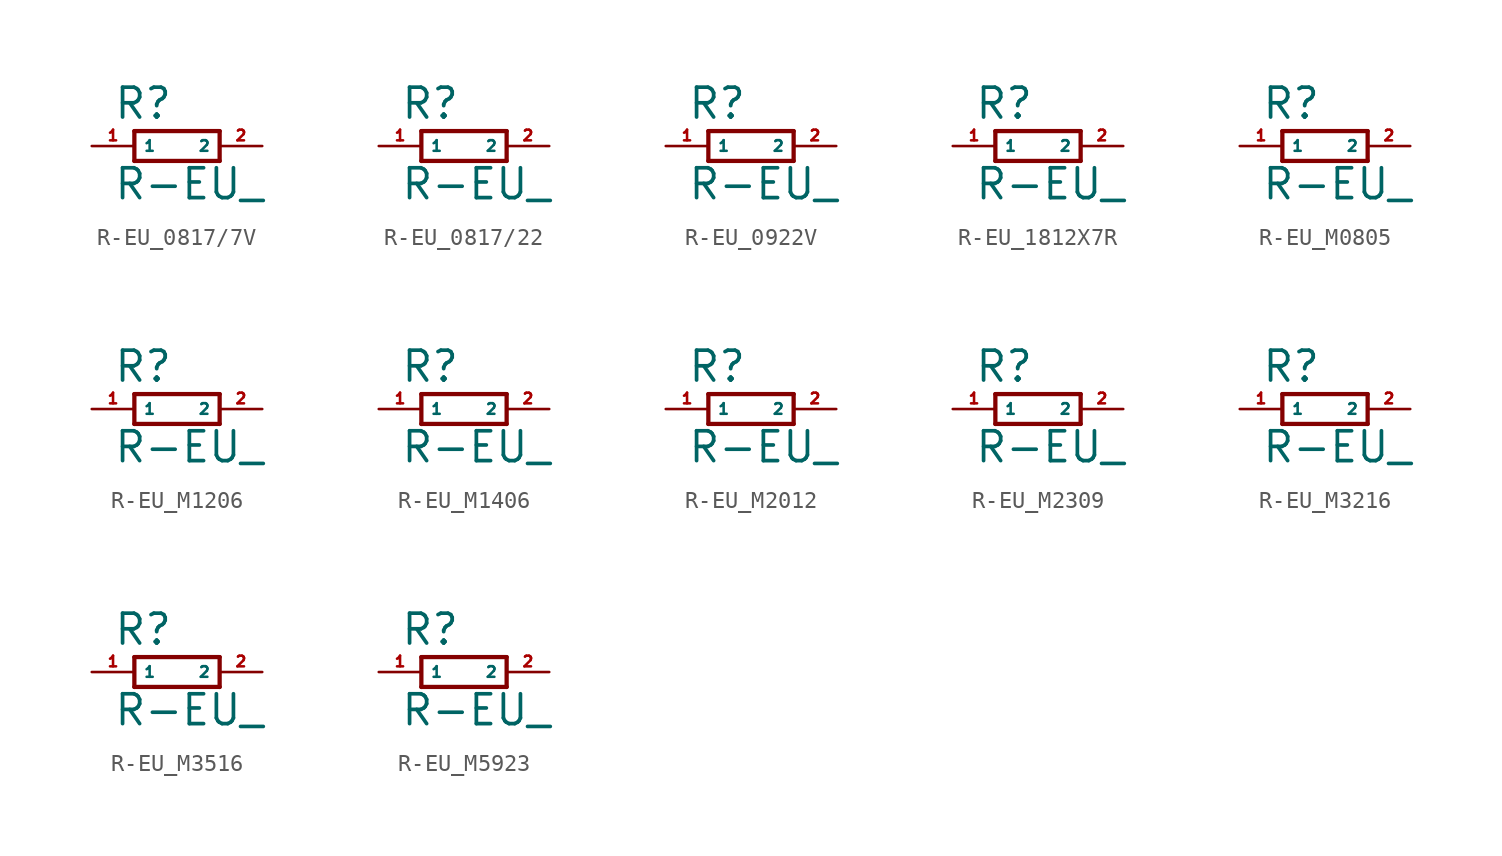
<source format=kicad_sym>
(kicad_symbol_lib
  (version 20220914)
  (generator Eagle2Kicad)
  (symbol "R-EU_0817/7V"
    (property "Reference" "R"
      (at -3.81 1.499 0)
      (effects (font (size 1.778 1.778) (thickness 0.22)) (justify left bottom)))
    (property "Value" "R-EU_"
      (at -3.81 -3.302 0)
      (effects (font (size 1.778 1.778) (thickness 0.22)) (justify left bottom)))
    (polyline
      (pts (xy -2.54 -0.889) (xy 2.54 -0.889))
      (stroke (width 0.254) (type default))
      (fill (type none)))
    (polyline
      (pts (xy 2.54 0.889) (xy -2.54 0.889))
      (stroke (width 0.254) (type default))
      (fill (type none)))
    (polyline
      (pts (xy 2.54 -0.889) (xy 2.54 0.889))
      (stroke (width 0.254) (type default))
      (fill (type none)))
    (polyline
      (pts (xy -2.54 -0.889) (xy -2.54 0.889))
      (stroke (width 0.254) (type default))
      (fill (type none)))
    (pin passive line
      (at 5.08 0 180)
      (length 2.54)
      (name "2" (effects (font (size 0.635 0.635) (thickness 0.08)) (justify left bottom)))
      (number "2" (effects (font (size 0.635 0.635) (thickness 0.08)) (justify left bottom))))
    (pin passive line
      (at -5.08 0 0)
      (length 2.54)
      (name "1" (effects (font (size 0.635 0.635) (thickness 0.08)) (justify left bottom)))
      (number "1" (effects (font (size 0.635 0.635) (thickness 0.08)) (justify left bottom)))))
  (symbol "R-EU_0817/22"
    (property "Reference" "R"
      (at -3.81 1.499 0)
      (effects (font (size 1.778 1.778) (thickness 0.22)) (justify left bottom)))
    (property "Value" "R-EU_"
      (at -3.81 -3.302 0)
      (effects (font (size 1.778 1.778) (thickness 0.22)) (justify left bottom)))
    (polyline
      (pts (xy -2.54 -0.889) (xy 2.54 -0.889))
      (stroke (width 0.254) (type default))
      (fill (type none)))
    (polyline
      (pts (xy 2.54 0.889) (xy -2.54 0.889))
      (stroke (width 0.254) (type default))
      (fill (type none)))
    (polyline
      (pts (xy 2.54 -0.889) (xy 2.54 0.889))
      (stroke (width 0.254) (type default))
      (fill (type none)))
    (polyline
      (pts (xy -2.54 -0.889) (xy -2.54 0.889))
      (stroke (width 0.254) (type default))
      (fill (type none)))
    (pin passive line
      (at 5.08 0 180)
      (length 2.54)
      (name "2" (effects (font (size 0.635 0.635) (thickness 0.08)) (justify left bottom)))
      (number "2" (effects (font (size 0.635 0.635) (thickness 0.08)) (justify left bottom))))
    (pin passive line
      (at -5.08 0 0)
      (length 2.54)
      (name "1" (effects (font (size 0.635 0.635) (thickness 0.08)) (justify left bottom)))
      (number "1" (effects (font (size 0.635 0.635) (thickness 0.08)) (justify left bottom)))))
  (symbol "R-EU_0922V"
    (property "Reference" "R"
      (at -3.81 1.499 0)
      (effects (font (size 1.778 1.778) (thickness 0.22)) (justify left bottom)))
    (property "Value" "R-EU_"
      (at -3.81 -3.302 0)
      (effects (font (size 1.778 1.778) (thickness 0.22)) (justify left bottom)))
    (polyline
      (pts (xy -2.54 -0.889) (xy 2.54 -0.889))
      (stroke (width 0.254) (type default))
      (fill (type none)))
    (polyline
      (pts (xy 2.54 0.889) (xy -2.54 0.889))
      (stroke (width 0.254) (type default))
      (fill (type none)))
    (polyline
      (pts (xy 2.54 -0.889) (xy 2.54 0.889))
      (stroke (width 0.254) (type default))
      (fill (type none)))
    (polyline
      (pts (xy -2.54 -0.889) (xy -2.54 0.889))
      (stroke (width 0.254) (type default))
      (fill (type none)))
    (pin passive line
      (at 5.08 0 180)
      (length 2.54)
      (name "2" (effects (font (size 0.635 0.635) (thickness 0.08)) (justify left bottom)))
      (number "2" (effects (font (size 0.635 0.635) (thickness 0.08)) (justify left bottom))))
    (pin passive line
      (at -5.08 0 0)
      (length 2.54)
      (name "1" (effects (font (size 0.635 0.635) (thickness 0.08)) (justify left bottom)))
      (number "1" (effects (font (size 0.635 0.635) (thickness 0.08)) (justify left bottom)))))
  (symbol "R-EU_1812X7R"
    (property "Reference" "R"
      (at -3.81 1.499 0)
      (effects (font (size 1.778 1.778) (thickness 0.22)) (justify left bottom)))
    (property "Value" "R-EU_"
      (at -3.81 -3.302 0)
      (effects (font (size 1.778 1.778) (thickness 0.22)) (justify left bottom)))
    (polyline
      (pts (xy -2.54 -0.889) (xy 2.54 -0.889))
      (stroke (width 0.254) (type default))
      (fill (type none)))
    (polyline
      (pts (xy 2.54 0.889) (xy -2.54 0.889))
      (stroke (width 0.254) (type default))
      (fill (type none)))
    (polyline
      (pts (xy 2.54 -0.889) (xy 2.54 0.889))
      (stroke (width 0.254) (type default))
      (fill (type none)))
    (polyline
      (pts (xy -2.54 -0.889) (xy -2.54 0.889))
      (stroke (width 0.254) (type default))
      (fill (type none)))
    (pin passive line
      (at 5.08 0 180)
      (length 2.54)
      (name "2" (effects (font (size 0.635 0.635) (thickness 0.08)) (justify left bottom)))
      (number "2" (effects (font (size 0.635 0.635) (thickness 0.08)) (justify left bottom))))
    (pin passive line
      (at -5.08 0 0)
      (length 2.54)
      (name "1" (effects (font (size 0.635 0.635) (thickness 0.08)) (justify left bottom)))
      (number "1" (effects (font (size 0.635 0.635) (thickness 0.08)) (justify left bottom)))))
  (symbol "R-EU_M0805"
    (property "Reference" "R"
      (at -3.81 1.499 0)
      (effects (font (size 1.778 1.778) (thickness 0.22)) (justify left bottom)))
    (property "Value" "R-EU_"
      (at -3.81 -3.302 0)
      (effects (font (size 1.778 1.778) (thickness 0.22)) (justify left bottom)))
    (polyline
      (pts (xy -2.54 -0.889) (xy 2.54 -0.889))
      (stroke (width 0.254) (type default))
      (fill (type none)))
    (polyline
      (pts (xy 2.54 0.889) (xy -2.54 0.889))
      (stroke (width 0.254) (type default))
      (fill (type none)))
    (polyline
      (pts (xy 2.54 -0.889) (xy 2.54 0.889))
      (stroke (width 0.254) (type default))
      (fill (type none)))
    (polyline
      (pts (xy -2.54 -0.889) (xy -2.54 0.889))
      (stroke (width 0.254) (type default))
      (fill (type none)))
    (pin passive line
      (at 5.08 0 180)
      (length 2.54)
      (name "2" (effects (font (size 0.635 0.635) (thickness 0.08)) (justify left bottom)))
      (number "2" (effects (font (size 0.635 0.635) (thickness 0.08)) (justify left bottom))))
    (pin passive line
      (at -5.08 0 0)
      (length 2.54)
      (name "1" (effects (font (size 0.635 0.635) (thickness 0.08)) (justify left bottom)))
      (number "1" (effects (font (size 0.635 0.635) (thickness 0.08)) (justify left bottom)))))
  (symbol "R-EU_M1206"
    (property "Reference" "R"
      (at -3.81 1.499 0)
      (effects (font (size 1.778 1.778) (thickness 0.22)) (justify left bottom)))
    (property "Value" "R-EU_"
      (at -3.81 -3.302 0)
      (effects (font (size 1.778 1.778) (thickness 0.22)) (justify left bottom)))
    (polyline
      (pts (xy -2.54 -0.889) (xy 2.54 -0.889))
      (stroke (width 0.254) (type default))
      (fill (type none)))
    (polyline
      (pts (xy 2.54 0.889) (xy -2.54 0.889))
      (stroke (width 0.254) (type default))
      (fill (type none)))
    (polyline
      (pts (xy 2.54 -0.889) (xy 2.54 0.889))
      (stroke (width 0.254) (type default))
      (fill (type none)))
    (polyline
      (pts (xy -2.54 -0.889) (xy -2.54 0.889))
      (stroke (width 0.254) (type default))
      (fill (type none)))
    (pin passive line
      (at 5.08 0 180)
      (length 2.54)
      (name "2" (effects (font (size 0.635 0.635) (thickness 0.08)) (justify left bottom)))
      (number "2" (effects (font (size 0.635 0.635) (thickness 0.08)) (justify left bottom))))
    (pin passive line
      (at -5.08 0 0)
      (length 2.54)
      (name "1" (effects (font (size 0.635 0.635) (thickness 0.08)) (justify left bottom)))
      (number "1" (effects (font (size 0.635 0.635) (thickness 0.08)) (justify left bottom)))))
  (symbol "R-EU_M1406"
    (property "Reference" "R"
      (at -3.81 1.499 0)
      (effects (font (size 1.778 1.778) (thickness 0.22)) (justify left bottom)))
    (property "Value" "R-EU_"
      (at -3.81 -3.302 0)
      (effects (font (size 1.778 1.778) (thickness 0.22)) (justify left bottom)))
    (polyline
      (pts (xy -2.54 -0.889) (xy 2.54 -0.889))
      (stroke (width 0.254) (type default))
      (fill (type none)))
    (polyline
      (pts (xy 2.54 0.889) (xy -2.54 0.889))
      (stroke (width 0.254) (type default))
      (fill (type none)))
    (polyline
      (pts (xy 2.54 -0.889) (xy 2.54 0.889))
      (stroke (width 0.254) (type default))
      (fill (type none)))
    (polyline
      (pts (xy -2.54 -0.889) (xy -2.54 0.889))
      (stroke (width 0.254) (type default))
      (fill (type none)))
    (pin passive line
      (at 5.08 0 180)
      (length 2.54)
      (name "2" (effects (font (size 0.635 0.635) (thickness 0.08)) (justify left bottom)))
      (number "2" (effects (font (size 0.635 0.635) (thickness 0.08)) (justify left bottom))))
    (pin passive line
      (at -5.08 0 0)
      (length 2.54)
      (name "1" (effects (font (size 0.635 0.635) (thickness 0.08)) (justify left bottom)))
      (number "1" (effects (font (size 0.635 0.635) (thickness 0.08)) (justify left bottom)))))
  (symbol "R-EU_M2012"
    (property "Reference" "R"
      (at -3.81 1.499 0)
      (effects (font (size 1.778 1.778) (thickness 0.22)) (justify left bottom)))
    (property "Value" "R-EU_"
      (at -3.81 -3.302 0)
      (effects (font (size 1.778 1.778) (thickness 0.22)) (justify left bottom)))
    (polyline
      (pts (xy -2.54 -0.889) (xy 2.54 -0.889))
      (stroke (width 0.254) (type default))
      (fill (type none)))
    (polyline
      (pts (xy 2.54 0.889) (xy -2.54 0.889))
      (stroke (width 0.254) (type default))
      (fill (type none)))
    (polyline
      (pts (xy 2.54 -0.889) (xy 2.54 0.889))
      (stroke (width 0.254) (type default))
      (fill (type none)))
    (polyline
      (pts (xy -2.54 -0.889) (xy -2.54 0.889))
      (stroke (width 0.254) (type default))
      (fill (type none)))
    (pin passive line
      (at 5.08 0 180)
      (length 2.54)
      (name "2" (effects (font (size 0.635 0.635) (thickness 0.08)) (justify left bottom)))
      (number "2" (effects (font (size 0.635 0.635) (thickness 0.08)) (justify left bottom))))
    (pin passive line
      (at -5.08 0 0)
      (length 2.54)
      (name "1" (effects (font (size 0.635 0.635) (thickness 0.08)) (justify left bottom)))
      (number "1" (effects (font (size 0.635 0.635) (thickness 0.08)) (justify left bottom)))))
  (symbol "R-EU_M2309"
    (property "Reference" "R"
      (at -3.81 1.499 0)
      (effects (font (size 1.778 1.778) (thickness 0.22)) (justify left bottom)))
    (property "Value" "R-EU_"
      (at -3.81 -3.302 0)
      (effects (font (size 1.778 1.778) (thickness 0.22)) (justify left bottom)))
    (polyline
      (pts (xy -2.54 -0.889) (xy 2.54 -0.889))
      (stroke (width 0.254) (type default))
      (fill (type none)))
    (polyline
      (pts (xy 2.54 0.889) (xy -2.54 0.889))
      (stroke (width 0.254) (type default))
      (fill (type none)))
    (polyline
      (pts (xy 2.54 -0.889) (xy 2.54 0.889))
      (stroke (width 0.254) (type default))
      (fill (type none)))
    (polyline
      (pts (xy -2.54 -0.889) (xy -2.54 0.889))
      (stroke (width 0.254) (type default))
      (fill (type none)))
    (pin passive line
      (at 5.08 0 180)
      (length 2.54)
      (name "2" (effects (font (size 0.635 0.635) (thickness 0.08)) (justify left bottom)))
      (number "2" (effects (font (size 0.635 0.635) (thickness 0.08)) (justify left bottom))))
    (pin passive line
      (at -5.08 0 0)
      (length 2.54)
      (name "1" (effects (font (size 0.635 0.635) (thickness 0.08)) (justify left bottom)))
      (number "1" (effects (font (size 0.635 0.635) (thickness 0.08)) (justify left bottom)))))
  (symbol "R-EU_M3216"
    (property "Reference" "R"
      (at -3.81 1.499 0)
      (effects (font (size 1.778 1.778) (thickness 0.22)) (justify left bottom)))
    (property "Value" "R-EU_"
      (at -3.81 -3.302 0)
      (effects (font (size 1.778 1.778) (thickness 0.22)) (justify left bottom)))
    (polyline
      (pts (xy -2.54 -0.889) (xy 2.54 -0.889))
      (stroke (width 0.254) (type default))
      (fill (type none)))
    (polyline
      (pts (xy 2.54 0.889) (xy -2.54 0.889))
      (stroke (width 0.254) (type default))
      (fill (type none)))
    (polyline
      (pts (xy 2.54 -0.889) (xy 2.54 0.889))
      (stroke (width 0.254) (type default))
      (fill (type none)))
    (polyline
      (pts (xy -2.54 -0.889) (xy -2.54 0.889))
      (stroke (width 0.254) (type default))
      (fill (type none)))
    (pin passive line
      (at 5.08 0 180)
      (length 2.54)
      (name "2" (effects (font (size 0.635 0.635) (thickness 0.08)) (justify left bottom)))
      (number "2" (effects (font (size 0.635 0.635) (thickness 0.08)) (justify left bottom))))
    (pin passive line
      (at -5.08 0 0)
      (length 2.54)
      (name "1" (effects (font (size 0.635 0.635) (thickness 0.08)) (justify left bottom)))
      (number "1" (effects (font (size 0.635 0.635) (thickness 0.08)) (justify left bottom)))))
  (symbol "R-EU_M3516"
    (property "Reference" "R"
      (at -3.81 1.499 0)
      (effects (font (size 1.778 1.778) (thickness 0.22)) (justify left bottom)))
    (property "Value" "R-EU_"
      (at -3.81 -3.302 0)
      (effects (font (size 1.778 1.778) (thickness 0.22)) (justify left bottom)))
    (polyline
      (pts (xy -2.54 -0.889) (xy 2.54 -0.889))
      (stroke (width 0.254) (type default))
      (fill (type none)))
    (polyline
      (pts (xy 2.54 0.889) (xy -2.54 0.889))
      (stroke (width 0.254) (type default))
      (fill (type none)))
    (polyline
      (pts (xy 2.54 -0.889) (xy 2.54 0.889))
      (stroke (width 0.254) (type default))
      (fill (type none)))
    (polyline
      (pts (xy -2.54 -0.889) (xy -2.54 0.889))
      (stroke (width 0.254) (type default))
      (fill (type none)))
    (pin passive line
      (at 5.08 0 180)
      (length 2.54)
      (name "2" (effects (font (size 0.635 0.635) (thickness 0.08)) (justify left bottom)))
      (number "2" (effects (font (size 0.635 0.635) (thickness 0.08)) (justify left bottom))))
    (pin passive line
      (at -5.08 0 0)
      (length 2.54)
      (name "1" (effects (font (size 0.635 0.635) (thickness 0.08)) (justify left bottom)))
      (number "1" (effects (font (size 0.635 0.635) (thickness 0.08)) (justify left bottom)))))
  (symbol "R-EU_M5923"
    (property "Reference" "R"
      (at -3.81 1.499 0)
      (effects (font (size 1.778 1.778) (thickness 0.22)) (justify left bottom)))
    (property "Value" "R-EU_"
      (at -3.81 -3.302 0)
      (effects (font (size 1.778 1.778) (thickness 0.22)) (justify left bottom)))
    (polyline
      (pts (xy -2.54 -0.889) (xy 2.54 -0.889))
      (stroke (width 0.254) (type default))
      (fill (type none)))
    (polyline
      (pts (xy 2.54 0.889) (xy -2.54 0.889))
      (stroke (width 0.254) (type default))
      (fill (type none)))
    (polyline
      (pts (xy 2.54 -0.889) (xy 2.54 0.889))
      (stroke (width 0.254) (type default))
      (fill (type none)))
    (polyline
      (pts (xy -2.54 -0.889) (xy -2.54 0.889))
      (stroke (width 0.254) (type default))
      (fill (type none)))
    (pin passive line
      (at 5.08 0 180)
      (length 2.54)
      (name "2" (effects (font (size 0.635 0.635) (thickness 0.08)) (justify left bottom)))
      (number "2" (effects (font (size 0.635 0.635) (thickness 0.08)) (justify left bottom))))
    (pin passive line
      (at -5.08 0 0)
      (length 2.54)
      (name "1" (effects (font (size 0.635 0.635) (thickness 0.08)) (justify left bottom)))
      (number "1" (effects (font (size 0.635 0.635) (thickness 0.08)) (justify left bottom))))))
</source>
